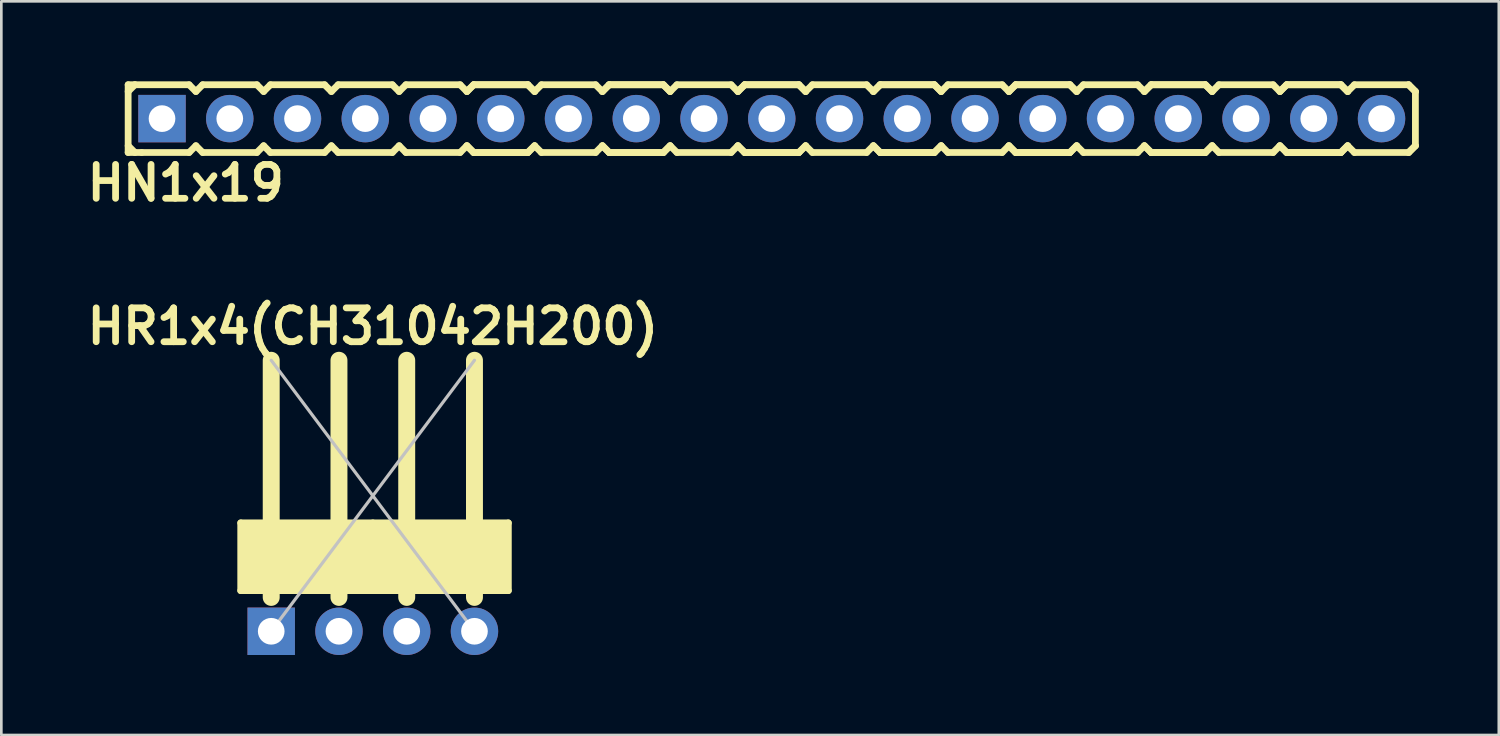
<source format=kicad_pcb>
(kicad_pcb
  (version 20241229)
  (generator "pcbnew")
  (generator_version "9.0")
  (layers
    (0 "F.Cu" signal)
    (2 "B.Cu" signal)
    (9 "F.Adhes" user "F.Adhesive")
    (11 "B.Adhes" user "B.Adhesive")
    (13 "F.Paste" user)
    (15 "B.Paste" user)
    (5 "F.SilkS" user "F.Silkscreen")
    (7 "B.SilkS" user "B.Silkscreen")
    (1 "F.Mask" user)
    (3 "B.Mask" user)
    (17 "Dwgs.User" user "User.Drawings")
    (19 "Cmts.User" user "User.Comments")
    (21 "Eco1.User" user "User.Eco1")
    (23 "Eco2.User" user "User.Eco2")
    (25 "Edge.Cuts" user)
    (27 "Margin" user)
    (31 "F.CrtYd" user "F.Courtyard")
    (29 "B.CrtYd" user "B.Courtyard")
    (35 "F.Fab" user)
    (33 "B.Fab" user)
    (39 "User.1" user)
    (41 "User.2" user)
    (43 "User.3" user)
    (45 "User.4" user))
  (footprint "HR1x4(CH31042H200)"
    (layer "F.Cu")
    (at 10.928 15.537)
    (property "Reference" "HR1x4(CH31042H200)" (at 0 -6.35 0) (layer "F.SilkS") (effects (font (size 1.27 1.27) (thickness 0.254))))
    (attr through_hole)
    (fp_line (start -4.953 1.016) (end -4.953 3.556) (stroke (width 0.254) (type solid)) (layer "F.SilkS"))
    (fp_line (start -4.953 3.556) (end -3.81 3.556) (stroke (width 0.254) (type solid)) (layer "F.SilkS"))
    (fp_line (start -3.81 1.016) (end -4.953 1.016) (stroke (width 0.254) (type solid)) (layer "F.SilkS"))
    (fp_line (start -3.81 1.016) (end -3.81 -5.08) (stroke (width 0.635) (type solid)) (layer "F.SilkS"))
    (fp_line (start -3.81 3.556) (end -3.81 3.81) (stroke (width 0.635) (type solid)) (layer "F.SilkS"))
    (fp_line (start -3.81 3.556) (end -1.27 3.556) (stroke (width 0.254) (type solid)) (layer "F.SilkS"))
    (fp_line (start -1.27 1.016) (end -3.81 1.016) (stroke (width 0.254) (type solid)) (layer "F.SilkS"))
    (fp_line (start -1.27 1.016) (end -1.27 -5.08) (stroke (width 0.635) (type solid)) (layer "F.SilkS"))
    (fp_line (start -1.27 3.556) (end -1.27 3.81) (stroke (width 0.635) (type solid)) (layer "F.SilkS"))
    (fp_line (start -1.27 3.556) (end 0 3.556) (stroke (width 0.254) (type solid)) (layer "F.SilkS"))
    (fp_line (start 0 1.016) (end -1.27 1.016) (stroke (width 0.254) (type solid)) (layer "F.SilkS"))
    (fp_line (start 0 3.556) (end 1.27 3.556) (stroke (width 0.254) (type solid)) (layer "F.SilkS"))
    (fp_line (start 1.27 1.016) (end 0 1.016) (stroke (width 0.254) (type solid)) (layer "F.SilkS"))
    (fp_line (start 1.27 1.016) (end 1.27 -5.08) (stroke (width 0.635) (type solid)) (layer "F.SilkS"))
    (fp_line (start 1.27 3.556) (end 1.27 3.81) (stroke (width 0.635) (type solid)) (layer "F.SilkS"))
    (fp_line (start 1.27 3.556) (end 3.81 3.556) (stroke (width 0.254) (type solid)) (layer "F.SilkS"))
    (fp_line (start 3.81 1.016) (end 1.27 1.016) (stroke (width 0.254) (type solid)) (layer "F.SilkS"))
    (fp_line (start 3.81 1.016) (end 3.81 -5.08) (stroke (width 0.635) (type solid)) (layer "F.SilkS"))
    (fp_line (start 3.81 3.556) (end 3.81 3.81) (stroke (width 0.635) (type solid)) (layer "F.SilkS"))
    (fp_line (start 3.81 3.556) (end 5.08 3.556) (stroke (width 0.254) (type solid)) (layer "F.SilkS"))
    (fp_line (start 5.08 1.016) (end 3.81 1.016) (stroke (width 0.254) (type solid)) (layer "F.SilkS"))
    (fp_line (start 5.08 3.556) (end 5.08 1.016) (stroke (width 0.254) (type solid)) (layer "F.SilkS"))
    (fp_poly (pts (xy -4.953 1.016) (xy 5.08 1.016) (xy 5.08 3.556) (xy -4.953 3.556)) (stroke (width 0.1) (type solid)) (fill yes) (layer "F.SilkS"))
    (fp_line (start -3.81 -5.08) (end 3.81 5.08) (stroke (width 0.12) (type solid)) (layer "Dwgs.User"))
    (fp_line (start 3.81 -5.08) (end -3.81 5.08) (stroke (width 0.12) (type solid)) (layer "Dwgs.User"))
    (pad "1" thru_hole rect (at -3.81 5.08) (size 1.778 1.778) (drill 1) (layers "*.Cu" "*.Mask"))
    (pad "2" thru_hole circle (at -1.27 5.08) (size 1.778 1.778) (drill 1) (layers "*.Cu" "*.Mask"))
    (pad "3" thru_hole circle (at 1.27 5.08) (size 1.778 1.778) (drill 1) (layers "*.Cu" "*.Mask"))
    (pad "4" thru_hole circle (at 3.81 5.08) (size 1.778 1.778) (drill 1) (layers "*.Cu" "*.Mask")))
  (footprint "HN1x19"
    (layer "F.Cu")
    (at 24.614 1.397)
    (property "Reference" "HN1x19" (at -20.701 2.413 0) (layer "F.SilkS") (effects (font (size 1.27 1.27) (thickness 0.254))))
    (attr through_hole)
    (fp_line (start -22.86 -1.27) (end -22.86 1.27) (stroke (width 0.254) (type solid)) (layer "F.SilkS"))
    (fp_line (start -22.86 -1.27) (end -22.606 -1.27) (stroke (width 0.254) (type solid)) (layer "F.SilkS"))
    (fp_line (start -22.86 -1.016) (end -22.606 -1.27) (stroke (width 0.254) (type solid)) (layer "F.SilkS"))
    (fp_line (start -22.606 -1.27) (end -20.574 -1.27) (stroke (width 0.254) (type solid)) (layer "F.SilkS"))
    (fp_line (start -22.606 1.27) (end -22.86 1.016) (stroke (width 0.254) (type solid)) (layer "F.SilkS"))
    (fp_line (start -22.352 1.27) (end -22.86 1.27) (stroke (width 0.254) (type solid)) (layer "F.SilkS"))
    (fp_line (start -20.574 -1.27) (end -20.32 -1.016) (stroke (width 0.254) (type solid)) (layer "F.SilkS"))
    (fp_line (start -20.574 1.27) (end -22.352 1.27) (stroke (width 0.254) (type solid)) (layer "F.SilkS"))
    (fp_line (start -20.32 -1.016) (end -20.066 -1.27) (stroke (width 0.254) (type solid)) (layer "F.SilkS"))
    (fp_line (start -20.32 1.016) (end -20.574 1.27) (stroke (width 0.254) (type solid)) (layer "F.SilkS"))
    (fp_line (start -20.066 -1.27) (end -18.034 -1.27) (stroke (width 0.254) (type solid)) (layer "F.SilkS"))
    (fp_line (start -20.066 1.27) (end -20.32 1.016) (stroke (width 0.254) (type solid)) (layer "F.SilkS"))
    (fp_line (start -18.034 -1.27) (end -17.78 -1.016) (stroke (width 0.254) (type solid)) (layer "F.SilkS"))
    (fp_line (start -18.034 1.27) (end -20.066 1.27) (stroke (width 0.254) (type solid)) (layer "F.SilkS"))
    (fp_line (start -18.034 1.27) (end -17.78 1.016) (stroke (width 0.254) (type solid)) (layer "F.SilkS"))
    (fp_line (start -17.78 -1.016) (end -17.526 -1.27) (stroke (width 0.254) (type solid)) (layer "F.SilkS"))
    (fp_line (start -17.78 1.016) (end -17.526 1.27) (stroke (width 0.254) (type solid)) (layer "F.SilkS"))
    (fp_line (start -17.526 -1.27) (end -15.494 -1.27) (stroke (width 0.254) (type solid)) (layer "F.SilkS"))
    (fp_line (start -15.494 -1.27) (end -15.24 -1.016) (stroke (width 0.254) (type solid)) (layer "F.SilkS"))
    (fp_line (start -15.494 1.27) (end -17.526 1.27) (stroke (width 0.254) (type solid)) (layer "F.SilkS"))
    (fp_line (start -15.24 -1.016) (end -14.986 -1.27) (stroke (width 0.254) (type solid)) (layer "F.SilkS"))
    (fp_line (start -15.24 1.016) (end -15.494 1.27) (stroke (width 0.254) (type solid)) (layer "F.SilkS"))
    (fp_line (start -14.986 -1.27) (end -12.954 -1.27) (stroke (width 0.254) (type solid)) (layer "F.SilkS"))
    (fp_line (start -14.986 1.27) (end -15.24 1.016) (stroke (width 0.254) (type solid)) (layer "F.SilkS"))
    (fp_line (start -12.954 -1.27) (end -12.7 -1.016) (stroke (width 0.254) (type solid)) (layer "F.SilkS"))
    (fp_line (start -12.954 1.27) (end -14.986 1.27) (stroke (width 0.254) (type solid)) (layer "F.SilkS"))
    (fp_line (start -12.7 -1.016) (end -12.446 -1.27) (stroke (width 0.254) (type solid)) (layer "F.SilkS"))
    (fp_line (start -12.7 1.016) (end -12.954 1.27) (stroke (width 0.254) (type solid)) (layer "F.SilkS"))
    (fp_line (start -12.446 -1.27) (end -10.414 -1.27) (stroke (width 0.254) (type solid)) (layer "F.SilkS"))
    (fp_line (start -12.446 1.27) (end -12.7 1.016) (stroke (width 0.254) (type solid)) (layer "F.SilkS"))
    (fp_line (start -10.414 -1.27) (end -10.16 -1.016) (stroke (width 0.254) (type solid)) (layer "F.SilkS"))
    (fp_line (start -10.414 1.27) (end -12.446 1.27) (stroke (width 0.254) (type solid)) (layer "F.SilkS"))
    (fp_line (start -10.16 -1.016) (end -9.906 -1.27) (stroke (width 0.254) (type solid)) (layer "F.SilkS"))
    (fp_line (start -10.16 -1.016) (end -9.906 -1.27) (stroke (width 0.254) (type solid)) (layer "F.SilkS"))
    (fp_line (start -10.16 1.016) (end -10.414 1.27) (stroke (width 0.254) (type solid)) (layer "F.SilkS"))
    (fp_line (start -9.906 -1.27) (end -7.874 -1.27) (stroke (width 0.254) (type solid)) (layer "F.SilkS"))
    (fp_line (start -9.906 -1.27) (end -7.874 -1.27) (stroke (width 0.254) (type solid)) (layer "F.SilkS"))
    (fp_line (start -9.906 1.27) (end -10.16 1.016) (stroke (width 0.254) (type solid)) (layer "F.SilkS"))
    (fp_line (start -9.906 1.27) (end -10.16 1.016) (stroke (width 0.254) (type solid)) (layer "F.SilkS"))
    (fp_line (start -7.874 -1.27) (end -7.62 -1.016) (stroke (width 0.254) (type solid)) (layer "F.SilkS"))
    (fp_line (start -7.874 -1.27) (end -7.62 -1.016) (stroke (width 0.254) (type solid)) (layer "F.SilkS"))
    (fp_line (start -7.874 1.27) (end -9.906 1.27) (stroke (width 0.254) (type solid)) (layer "F.SilkS"))
    (fp_line (start -7.874 1.27) (end -9.906 1.27) (stroke (width 0.254) (type solid)) (layer "F.SilkS"))
    (fp_line (start -7.62 -1.016) (end -7.366 -1.27) (stroke (width 0.254) (type solid)) (layer "F.SilkS"))
    (fp_line (start -7.62 1.016) (end -7.874 1.27) (stroke (width 0.254) (type solid)) (layer "F.SilkS"))
    (fp_line (start -7.62 1.016) (end -7.874 1.27) (stroke (width 0.254) (type solid)) (layer "F.SilkS"))
    (fp_line (start -7.366 -1.27) (end -5.334 -1.27) (stroke (width 0.254) (type solid)) (layer "F.SilkS"))
    (fp_line (start -7.366 1.27) (end -7.62 1.016) (stroke (width 0.254) (type solid)) (layer "F.SilkS"))
    (fp_line (start -5.334 -1.27) (end -5.08 -1.016) (stroke (width 0.254) (type solid)) (layer "F.SilkS"))
    (fp_line (start -5.334 1.27) (end -7.366 1.27) (stroke (width 0.254) (type solid)) (layer "F.SilkS"))
    (fp_line (start -5.08 -1.016) (end -4.826 -1.27) (stroke (width 0.254) (type solid)) (layer "F.SilkS"))
    (fp_line (start -5.08 -1.016) (end -4.826 -1.27) (stroke (width 0.254) (type solid)) (layer "F.SilkS"))
    (fp_line (start -5.08 1.016) (end -5.334 1.27) (stroke (width 0.254) (type solid)) (layer "F.SilkS"))
    (fp_line (start -4.826 -1.27) (end -2.794 -1.27) (stroke (width 0.254) (type solid)) (layer "F.SilkS"))
    (fp_line (start -4.826 -1.27) (end -2.794 -1.27) (stroke (width 0.254) (type solid)) (layer "F.SilkS"))
    (fp_line (start -4.826 1.27) (end -5.08 1.016) (stroke (width 0.254) (type solid)) (layer "F.SilkS"))
    (fp_line (start -4.826 1.27) (end -5.08 1.016) (stroke (width 0.254) (type solid)) (layer "F.SilkS"))
    (fp_line (start -2.794 -1.27) (end -2.54 -1.016) (stroke (width 0.254) (type solid)) (layer "F.SilkS"))
    (fp_line (start -2.794 -1.27) (end -2.54 -1.016) (stroke (width 0.254) (type solid)) (layer "F.SilkS"))
    (fp_line (start -2.794 1.27) (end -4.826 1.27) (stroke (width 0.254) (type solid)) (layer "F.SilkS"))
    (fp_line (start -2.794 1.27) (end -4.826 1.27) (stroke (width 0.254) (type solid)) (layer "F.SilkS"))
    (fp_line (start -2.54 -1.016) (end -2.286 -1.27) (stroke (width 0.254) (type solid)) (layer "F.SilkS"))
    (fp_line (start -2.54 1.016) (end -2.794 1.27) (stroke (width 0.254) (type solid)) (layer "F.SilkS"))
    (fp_line (start -2.54 1.016) (end -2.794 1.27) (stroke (width 0.254) (type solid)) (layer "F.SilkS"))
    (fp_line (start -2.286 -1.27) (end -0.254 -1.27) (stroke (width 0.254) (type solid)) (layer "F.SilkS"))
    (fp_line (start -2.286 1.27) (end -2.54 1.016) (stroke (width 0.254) (type solid)) (layer "F.SilkS"))
    (fp_line (start -0.254 -1.27) (end 0 -1.016) (stroke (width 0.254) (type solid)) (layer "F.SilkS"))
    (fp_line (start -0.254 1.27) (end -2.286 1.27) (stroke (width 0.254) (type solid)) (layer "F.SilkS"))
    (fp_line (start 0 -1.016) (end 0.254 -1.27) (stroke (width 0.254) (type solid)) (layer "F.SilkS"))
    (fp_line (start 0 -1.016) (end 0.254 -1.27) (stroke (width 0.254) (type solid)) (layer "F.SilkS"))
    (fp_line (start 0 1.016) (end -0.254 1.27) (stroke (width 0.254) (type solid)) (layer "F.SilkS"))
    (fp_line (start 0.254 -1.27) (end 2.286 -1.27) (stroke (width 0.254) (type solid)) (layer "F.SilkS"))
    (fp_line (start 0.254 -1.27) (end 2.286 -1.27) (stroke (width 0.254) (type solid)) (layer "F.SilkS"))
    (fp_line (start 0.254 1.27) (end 0 1.016) (stroke (width 0.254) (type solid)) (layer "F.SilkS"))
    (fp_line (start 0.254 1.27) (end 0 1.016) (stroke (width 0.254) (type solid)) (layer "F.SilkS"))
    (fp_line (start 2.286 -1.27) (end 2.54 -1.016) (stroke (width 0.254) (type solid)) (layer "F.SilkS"))
    (fp_line (start 2.286 -1.27) (end 2.54 -1.016) (stroke (width 0.254) (type solid)) (layer "F.SilkS"))
    (fp_line (start 2.286 1.27) (end 0.254 1.27) (stroke (width 0.254) (type solid)) (layer "F.SilkS"))
    (fp_line (start 2.286 1.27) (end 0.254 1.27) (stroke (width 0.254) (type solid)) (layer "F.SilkS"))
    (fp_line (start 2.54 -1.016) (end 2.794 -1.27) (stroke (width 0.254) (type solid)) (layer "F.SilkS"))
    (fp_line (start 2.54 1.016) (end 2.286 1.27) (stroke (width 0.254) (type solid)) (layer "F.SilkS"))
    (fp_line (start 2.54 1.016) (end 2.286 1.27) (stroke (width 0.254) (type solid)) (layer "F.SilkS"))
    (fp_line (start 2.794 -1.27) (end 4.826 -1.27) (stroke (width 0.254) (type solid)) (layer "F.SilkS"))
    (fp_line (start 2.794 1.27) (end 2.54 1.016) (stroke (width 0.254) (type solid)) (layer "F.SilkS"))
    (fp_line (start 4.826 -1.27) (end 5.08 -1.016) (stroke (width 0.254) (type solid)) (layer "F.SilkS"))
    (fp_line (start 4.826 1.27) (end 2.794 1.27) (stroke (width 0.254) (type solid)) (layer "F.SilkS"))
    (fp_line (start 5.08 -1.016) (end 5.334 -1.27) (stroke (width 0.254) (type solid)) (layer "F.SilkS"))
    (fp_line (start 5.08 -1.016) (end 5.334 -1.27) (stroke (width 0.254) (type solid)) (layer "F.SilkS"))
    (fp_line (start 5.08 1.016) (end 4.826 1.27) (stroke (width 0.254) (type solid)) (layer "F.SilkS"))
    (fp_line (start 5.334 -1.27) (end 7.366 -1.27) (stroke (width 0.254) (type solid)) (layer "F.SilkS"))
    (fp_line (start 5.334 -1.27) (end 7.366 -1.27) (stroke (width 0.254) (type solid)) (layer "F.SilkS"))
    (fp_line (start 5.334 1.27) (end 5.08 1.016) (stroke (width 0.254) (type solid)) (layer "F.SilkS"))
    (fp_line (start 5.334 1.27) (end 5.08 1.016) (stroke (width 0.254) (type solid)) (layer "F.SilkS"))
    (fp_line (start 7.366 -1.27) (end 7.62 -1.016) (stroke (width 0.254) (type solid)) (layer "F.SilkS"))
    (fp_line (start 7.366 -1.27) (end 7.62 -1.016) (stroke (width 0.254) (type solid)) (layer "F.SilkS"))
    (fp_line (start 7.366 1.27) (end 5.334 1.27) (stroke (width 0.254) (type solid)) (layer "F.SilkS"))
    (fp_line (start 7.366 1.27) (end 5.334 1.27) (stroke (width 0.254) (type solid)) (layer "F.SilkS"))
    (fp_line (start 7.62 -1.016) (end 7.874 -1.27) (stroke (width 0.254) (type solid)) (layer "F.SilkS"))
    (fp_line (start 7.62 1.016) (end 7.366 1.27) (stroke (width 0.254) (type solid)) (layer "F.SilkS"))
    (fp_line (start 7.62 1.016) (end 7.366 1.27) (stroke (width 0.254) (type solid)) (layer "F.SilkS"))
    (fp_line (start 7.874 -1.27) (end 9.906 -1.27) (stroke (width 0.254) (type solid)) (layer "F.SilkS"))
    (fp_line (start 7.874 1.27) (end 7.62 1.016) (stroke (width 0.254) (type solid)) (layer "F.SilkS"))
    (fp_line (start 9.906 -1.27) (end 10.16 -1.016) (stroke (width 0.254) (type solid)) (layer "F.SilkS"))
    (fp_line (start 9.906 1.27) (end 7.874 1.27) (stroke (width 0.254) (type solid)) (layer "F.SilkS"))
    (fp_line (start 10.16 -1.016) (end 10.414 -1.27) (stroke (width 0.254) (type solid)) (layer "F.SilkS"))
    (fp_line (start 10.16 -1.016) (end 10.414 -1.27) (stroke (width 0.254) (type solid)) (layer "F.SilkS"))
    (fp_line (start 10.16 1.016) (end 9.906 1.27) (stroke (width 0.254) (type solid)) (layer "F.SilkS"))
    (fp_line (start 10.414 -1.27) (end 12.446 -1.27) (stroke (width 0.254) (type solid)) (layer "F.SilkS"))
    (fp_line (start 10.414 -1.27) (end 12.446 -1.27) (stroke (width 0.254) (type solid)) (layer "F.SilkS"))
    (fp_line (start 10.414 1.27) (end 10.16 1.016) (stroke (width 0.254) (type solid)) (layer "F.SilkS"))
    (fp_line (start 10.414 1.27) (end 10.16 1.016) (stroke (width 0.254) (type solid)) (layer "F.SilkS"))
    (fp_line (start 12.446 -1.27) (end 12.7 -1.016) (stroke (width 0.254) (type solid)) (layer "F.SilkS"))
    (fp_line (start 12.446 -1.27) (end 12.7 -1.016) (stroke (width 0.254) (type solid)) (layer "F.SilkS"))
    (fp_line (start 12.446 1.27) (end 10.414 1.27) (stroke (width 0.254) (type solid)) (layer "F.SilkS"))
    (fp_line (start 12.446 1.27) (end 10.414 1.27) (stroke (width 0.254) (type solid)) (layer "F.SilkS"))
    (fp_line (start 12.7 -1.016) (end 12.954 -1.27) (stroke (width 0.254) (type solid)) (layer "F.SilkS"))
    (fp_line (start 12.7 1.016) (end 12.446 1.27) (stroke (width 0.254) (type solid)) (layer "F.SilkS"))
    (fp_line (start 12.7 1.016) (end 12.446 1.27) (stroke (width 0.254) (type solid)) (layer "F.SilkS"))
    (fp_line (start 12.954 -1.27) (end 14.986 -1.27) (stroke (width 0.254) (type solid)) (layer "F.SilkS"))
    (fp_line (start 12.954 1.27) (end 12.7 1.016) (stroke (width 0.254) (type solid)) (layer "F.SilkS"))
    (fp_line (start 14.986 -1.27) (end 15.24 -1.016) (stroke (width 0.254) (type solid)) (layer "F.SilkS"))
    (fp_line (start 14.986 1.27) (end 12.954 1.27) (stroke (width 0.254) (type solid)) (layer "F.SilkS"))
    (fp_line (start 15.24 -1.016) (end 15.494 -1.27) (stroke (width 0.254) (type solid)) (layer "F.SilkS"))
    (fp_line (start 15.24 -1.016) (end 15.494 -1.27) (stroke (width 0.254) (type solid)) (layer "F.SilkS"))
    (fp_line (start 15.24 1.016) (end 14.986 1.27) (stroke (width 0.254) (type solid)) (layer "F.SilkS"))
    (fp_line (start 15.494 -1.27) (end 17.526 -1.27) (stroke (width 0.254) (type solid)) (layer "F.SilkS"))
    (fp_line (start 15.494 -1.27) (end 17.526 -1.27) (stroke (width 0.254) (type solid)) (layer "F.SilkS"))
    (fp_line (start 15.494 1.27) (end 15.24 1.016) (stroke (width 0.254) (type solid)) (layer "F.SilkS"))
    (fp_line (start 15.494 1.27) (end 15.24 1.016) (stroke (width 0.254) (type solid)) (layer "F.SilkS"))
    (fp_line (start 17.526 -1.27) (end 17.78 -1.016) (stroke (width 0.254) (type solid)) (layer "F.SilkS"))
    (fp_line (start 17.526 -1.27) (end 17.78 -1.016) (stroke (width 0.254) (type solid)) (layer "F.SilkS"))
    (fp_line (start 17.526 1.27) (end 15.494 1.27) (stroke (width 0.254) (type solid)) (layer "F.SilkS"))
    (fp_line (start 17.526 1.27) (end 15.494 1.27) (stroke (width 0.254) (type solid)) (layer "F.SilkS"))
    (fp_line (start 17.78 -1.016) (end 18.034 -1.27) (stroke (width 0.254) (type solid)) (layer "F.SilkS"))
    (fp_line (start 17.78 1.016) (end 17.526 1.27) (stroke (width 0.254) (type solid)) (layer "F.SilkS"))
    (fp_line (start 17.78 1.016) (end 17.526 1.27) (stroke (width 0.254) (type solid)) (layer "F.SilkS"))
    (fp_line (start 18.034 -1.27) (end 20.066 -1.27) (stroke (width 0.254) (type solid)) (layer "F.SilkS"))
    (fp_line (start 18.034 1.27) (end 17.78 1.016) (stroke (width 0.254) (type solid)) (layer "F.SilkS"))
    (fp_line (start 20.066 -1.27) (end 20.32 -1.016) (stroke (width 0.254) (type solid)) (layer "F.SilkS"))
    (fp_line (start 20.066 1.27) (end 18.034 1.27) (stroke (width 0.254) (type solid)) (layer "F.SilkS"))
    (fp_line (start 20.32 -1.016) (end 20.574 -1.27) (stroke (width 0.254) (type solid)) (layer "F.SilkS"))
    (fp_line (start 20.32 -1.016) (end 20.574 -1.27) (stroke (width 0.254) (type solid)) (layer "F.SilkS"))
    (fp_line (start 20.32 1.016) (end 20.066 1.27) (stroke (width 0.254) (type solid)) (layer "F.SilkS"))
    (fp_line (start 20.574 -1.27) (end 22.606 -1.27) (stroke (width 0.254) (type solid)) (layer "F.SilkS"))
    (fp_line (start 20.574 -1.27) (end 22.606 -1.27) (stroke (width 0.254) (type solid)) (layer "F.SilkS"))
    (fp_line (start 20.574 1.27) (end 20.32 1.016) (stroke (width 0.254) (type solid)) (layer "F.SilkS"))
    (fp_line (start 20.574 1.27) (end 20.32 1.016) (stroke (width 0.254) (type solid)) (layer "F.SilkS"))
    (fp_line (start 22.606 -1.27) (end 22.86 -1.016) (stroke (width 0.254) (type solid)) (layer "F.SilkS"))
    (fp_line (start 22.606 -1.27) (end 22.86 -1.016) (stroke (width 0.254) (type solid)) (layer "F.SilkS"))
    (fp_line (start 22.606 1.27) (end 20.574 1.27) (stroke (width 0.254) (type solid)) (layer "F.SilkS"))
    (fp_line (start 22.606 1.27) (end 20.574 1.27) (stroke (width 0.254) (type solid)) (layer "F.SilkS"))
    (fp_line (start 22.86 -1.016) (end 23.114 -1.27) (stroke (width 0.254) (type solid)) (layer "F.SilkS"))
    (fp_line (start 22.86 1.016) (end 22.606 1.27) (stroke (width 0.254) (type solid)) (layer "F.SilkS"))
    (fp_line (start 22.86 1.016) (end 22.606 1.27) (stroke (width 0.254) (type solid)) (layer "F.SilkS"))
    (fp_line (start 23.114 -1.27) (end 25.146 -1.27) (stroke (width 0.254) (type solid)) (layer "F.SilkS"))
    (fp_line (start 23.114 1.27) (end 22.86 1.016) (stroke (width 0.254) (type solid)) (layer "F.SilkS"))
    (fp_line (start 25.146 -1.27) (end 25.4 -1.016) (stroke (width 0.254) (type solid)) (layer "F.SilkS"))
    (fp_line (start 25.146 -1.27) (end 25.4 -1.016) (stroke (width 0.254) (type solid)) (layer "F.SilkS"))
    (fp_line (start 25.146 1.27) (end 23.114 1.27) (stroke (width 0.254) (type solid)) (layer "F.SilkS"))
    (fp_line (start 25.4 -1.016) (end 25.4 1.016) (stroke (width 0.254) (type solid)) (layer "F.SilkS"))
    (fp_line (start 25.4 1.016) (end 25.146 1.27) (stroke (width 0.254) (type solid)) (layer "F.SilkS"))
    (fp_line (start 25.4 1.016) (end 25.146 1.27) (stroke (width 0.254) (type solid)) (layer "F.SilkS"))
    (pad "1" thru_hole rect (at -21.59 0) (size 1.778 1.778) (drill 1) (layers "*.Cu" "*.Mask"))
    (pad "2" thru_hole circle (at -19.05 0) (size 1.778 1.778) (drill 1) (layers "*.Cu" "*.Mask"))
    (pad "3" thru_hole circle (at -16.51 0) (size 1.778 1.778) (drill 1) (layers "*.Cu" "*.Mask"))
    (pad "4" thru_hole circle (at -13.97 0) (size 1.778 1.778) (drill 1) (layers "*.Cu" "*.Mask"))
    (pad "5" thru_hole circle (at -11.43 0) (size 1.778 1.778) (drill 1) (layers "*.Cu" "*.Mask"))
    (pad "6" thru_hole circle (at -8.89 0) (size 1.778 1.778) (drill 1) (layers "*.Cu" "*.Mask"))
    (pad "7" thru_hole circle (at -6.35 0) (size 1.778 1.778) (drill 1) (layers "*.Cu" "*.Mask"))
    (pad "8" thru_hole circle (at -3.81 0) (size 1.778 1.778) (drill 1) (layers "*.Cu" "*.Mask"))
    (pad "9" thru_hole circle (at -1.27 0) (size 1.778 1.778) (drill 1) (layers "*.Cu" "*.Mask"))
    (pad "10" thru_hole circle (at 1.27 0) (size 1.778 1.778) (drill 1) (layers "*.Cu" "*.Mask"))
    (pad "11" thru_hole circle (at 3.81 0) (size 1.778 1.778) (drill 1) (layers "*.Cu" "*.Mask"))
    (pad "12" thru_hole circle (at 6.35 0) (size 1.778 1.778) (drill 1) (layers "*.Cu" "*.Mask"))
    (pad "13" thru_hole circle (at 8.89 0) (size 1.778 1.778) (drill 1) (layers "*.Cu" "*.Mask"))
    (pad "14" thru_hole circle (at 11.43 0) (size 1.778 1.778) (drill 1) (layers "*.Cu" "*.Mask"))
    (pad "15" thru_hole circle (at 13.97 0) (size 1.778 1.778) (drill 1) (layers "*.Cu" "*.Mask"))
    (pad "16" thru_hole circle (at 16.51 0) (size 1.778 1.778) (drill 1) (layers "*.Cu" "*.Mask"))
    (pad "17" thru_hole circle (at 19.05 0) (size 1.778 1.778) (drill 1) (layers "*.Cu" "*.Mask"))
    (pad "18" thru_hole circle (at 21.59 0) (size 1.778 1.778) (drill 1) (layers "*.Cu" "*.Mask"))
    (pad "19" thru_hole circle (at 24.13 0) (size 1.778 1.778) (drill 1) (layers "*.Cu" "*.Mask")))
  (gr_rect
    (start -3 -3)
    (end 53.141 24.506)
    (stroke (width 0.1) (type default))
    (fill no)
    (layer "Edge.Cuts")))
</source>
